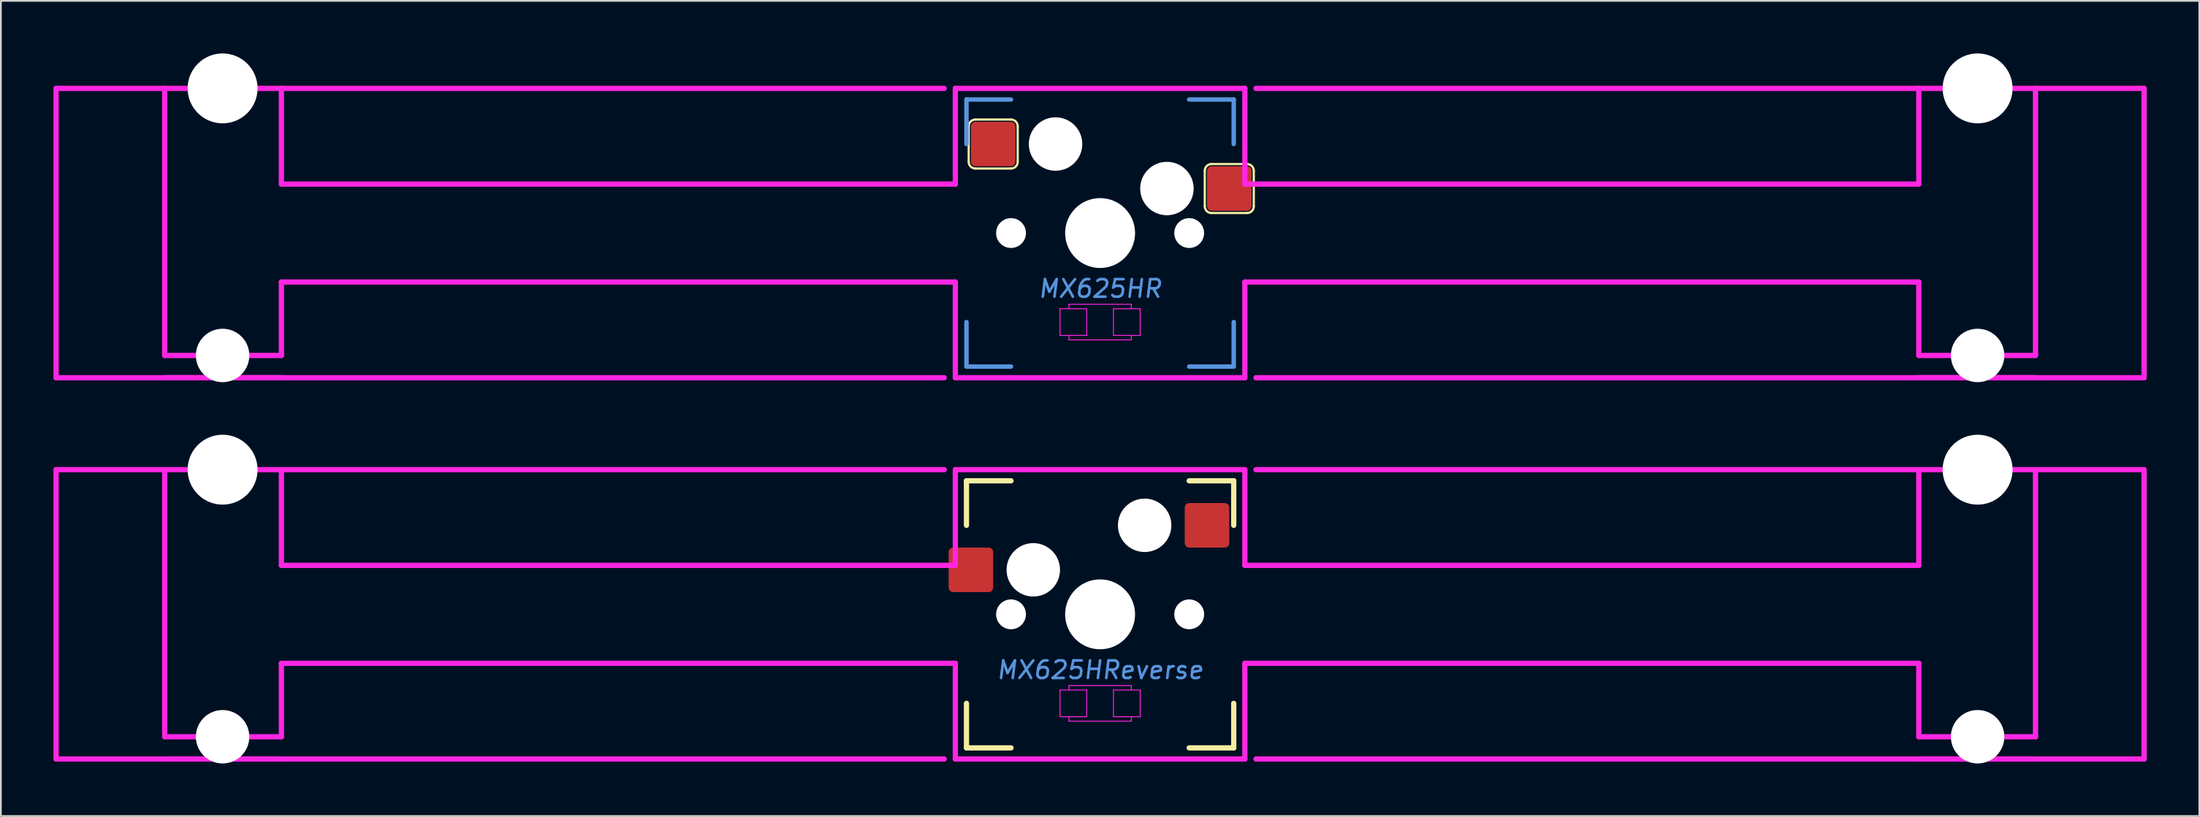
<source format=kicad_pcb>
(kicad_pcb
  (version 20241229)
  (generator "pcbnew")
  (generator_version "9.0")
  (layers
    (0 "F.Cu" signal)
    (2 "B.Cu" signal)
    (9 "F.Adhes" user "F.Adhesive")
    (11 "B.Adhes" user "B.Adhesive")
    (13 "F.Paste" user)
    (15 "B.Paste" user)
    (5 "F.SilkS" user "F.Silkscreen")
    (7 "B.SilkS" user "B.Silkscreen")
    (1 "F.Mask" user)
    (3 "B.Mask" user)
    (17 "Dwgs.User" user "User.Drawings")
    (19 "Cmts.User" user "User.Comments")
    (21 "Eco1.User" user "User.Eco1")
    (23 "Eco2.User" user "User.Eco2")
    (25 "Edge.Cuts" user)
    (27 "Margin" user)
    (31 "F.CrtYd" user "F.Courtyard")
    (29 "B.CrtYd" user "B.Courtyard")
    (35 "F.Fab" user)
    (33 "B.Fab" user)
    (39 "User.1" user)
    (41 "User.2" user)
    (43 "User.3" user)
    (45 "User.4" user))
  (footprint "MX625HR"
    (layer "F.Cu")
    (at 59.681 10.249)
    (property "Reference" "MX625HR" (at 0 3.175 0) (layer "Cmts.User") (effects (font (size 1 1) (thickness 0.15) (italic yes))))
    (attr through_hole)
    (fp_line (start -7.493 -6.096) (end -7.493 -4.064) (stroke (width 0.127) (type solid)) (layer "F.SilkS"))
    (fp_line (start -7.112 -3.683) (end -5.08 -3.683) (stroke (width 0.127) (type solid)) (layer "F.SilkS"))
    (fp_line (start -5.08 -6.477) (end -7.112 -6.477) (stroke (width 0.127) (type solid)) (layer "F.SilkS"))
    (fp_line (start -4.699 -4.064) (end -4.699 -6.096) (stroke (width 0.127) (type solid)) (layer "F.SilkS"))
    (fp_line (start 5.969 -3.556) (end 5.969 -1.524) (stroke (width 0.127) (type solid)) (layer "F.SilkS"))
    (fp_line (start 6.35 -1.143) (end 8.382 -1.143) (stroke (width 0.127) (type solid)) (layer "F.SilkS"))
    (fp_line (start 8.382 -3.937) (end 6.35 -3.937) (stroke (width 0.127) (type solid)) (layer "F.SilkS"))
    (fp_line (start 8.763 -1.524) (end 8.763 -3.556) (stroke (width 0.127) (type solid)) (layer "F.SilkS"))
    (fp_arc (start -7.493 -6.096) (mid -7.381408 -6.365408) (end -7.112 -6.477) (stroke (width 0.127) (type solid)) (layer "F.SilkS"))
    (fp_arc (start -7.112 -3.683) (mid -7.381408 -3.794592) (end -7.493 -4.064) (stroke (width 0.127) (type solid)) (layer "F.SilkS"))
    (fp_arc (start -5.08 -6.477) (mid -4.810592 -6.365408) (end -4.699 -6.096) (stroke (width 0.127) (type solid)) (layer "F.SilkS"))
    (fp_arc (start -4.699 -4.064) (mid -4.810592 -3.794592) (end -5.08 -3.683) (stroke (width 0.127) (type solid)) (layer "F.SilkS"))
    (fp_arc (start 5.969 -3.556) (mid 6.080592 -3.825408) (end 6.35 -3.937) (stroke (width 0.127) (type solid)) (layer "F.SilkS"))
    (fp_arc (start 6.35 -1.143) (mid 6.080592 -1.254592) (end 5.969 -1.524) (stroke (width 0.127) (type solid)) (layer "F.SilkS"))
    (fp_arc (start 8.382 -3.937) (mid 8.651408 -3.825408) (end 8.763 -3.556) (stroke (width 0.127) (type solid)) (layer "F.SilkS"))
    (fp_arc (start 8.763 -1.524) (mid 8.651408 -1.254592) (end 8.382 -1.143) (stroke (width 0.127) (type solid)) (layer "F.SilkS"))
    (fp_line (start -7.62 -7.62) (end -7.62 -5.08) (stroke (width 0.254) (type solid)) (layer "Cmts.User"))
    (fp_line (start -7.62 -7.62) (end -5.08 -7.62) (stroke (width 0.254) (type solid)) (layer "Cmts.User"))
    (fp_line (start -7.62 7.62) (end -7.62 5.08) (stroke (width 0.254) (type solid)) (layer "Cmts.User"))
    (fp_line (start -7.62 7.62) (end -5.08 7.62) (stroke (width 0.254) (type solid)) (layer "Cmts.User"))
    (fp_line (start 7.62 -7.62) (end 5.08 -7.62) (stroke (width 0.254) (type solid)) (layer "Cmts.User"))
    (fp_line (start 7.62 -7.62) (end 7.62 -5.08) (stroke (width 0.254) (type solid)) (layer "Cmts.User"))
    (fp_line (start 7.62 7.62) (end 5.08 7.62) (stroke (width 0.254) (type solid)) (layer "Cmts.User"))
    (fp_line (start 7.62 7.62) (end 7.62 5.08) (stroke (width 0.254) (type solid)) (layer "Cmts.User"))
    (fp_line (start -59.531 -8.255) (end -59.531 8.255) (stroke (width 0.3) (type solid)) (layer "F.CrtYd"))
    (fp_line (start -59.531 -8.255) (end -8.89 -8.255) (stroke (width 0.3) (type solid)) (layer "F.CrtYd"))
    (fp_line (start -59.531 8.255) (end -8.89 8.255) (stroke (width 0.3) (type solid)) (layer "F.CrtYd"))
    (fp_line (start -53.34 -8.255) (end -53.34 6.985) (stroke (width 0.3) (type solid)) (layer "F.CrtYd"))
    (fp_line (start -53.34 6.985) (end -46.685 6.985) (stroke (width 0.3) (type solid)) (layer "F.CrtYd"))
    (fp_line (start -53.34 8.255) (end -46.685 8.255) (stroke (width 0.3) (type solid)) (layer "F.CrtYd"))
    (fp_line (start -46.685 -8.255) (end -46.685 -2.794) (stroke (width 0.3) (type solid)) (layer "F.CrtYd"))
    (fp_line (start -46.685 -2.794) (end -8.255 -2.794) (stroke (width 0.3) (type solid)) (layer "F.CrtYd"))
    (fp_line (start -46.685 2.794) (end -46.685 6.985) (stroke (width 0.3) (type solid)) (layer "F.CrtYd"))
    (fp_line (start -46.685 2.794) (end -8.255 2.794) (stroke (width 0.3) (type solid)) (layer "F.CrtYd"))
    (fp_line (start -8.255 -8.255) (end -8.255 -2.794) (stroke (width 0.3) (type solid)) (layer "F.CrtYd"))
    (fp_line (start -8.255 2.794) (end -8.255 8.255) (stroke (width 0.3) (type solid)) (layer "F.CrtYd"))
    (fp_line (start -8.255 8.255) (end 8.255 8.255) (stroke (width 0.3) (type solid)) (layer "F.CrtYd"))
    (fp_line (start -2.286 4.318) (end -2.286 5.842) (stroke (width 0.051) (type solid)) (layer "F.CrtYd"))
    (fp_line (start -2.286 5.842) (end -0.762 5.842) (stroke (width 0.051) (type solid)) (layer "F.CrtYd"))
    (fp_line (start -1.778 4.064) (end 1.778 4.064) (stroke (width 0.051) (type solid)) (layer "F.CrtYd"))
    (fp_line (start -1.778 4.318) (end -1.778 4.064) (stroke (width 0.051) (type solid)) (layer "F.CrtYd"))
    (fp_line (start -1.778 6.096) (end -1.778 5.842) (stroke (width 0.051) (type solid)) (layer "F.CrtYd"))
    (fp_line (start -0.762 4.318) (end -2.286 4.318) (stroke (width 0.051) (type solid)) (layer "F.CrtYd"))
    (fp_line (start -0.762 5.842) (end -0.762 4.318) (stroke (width 0.051) (type solid)) (layer "F.CrtYd"))
    (fp_line (start 0.762 4.318) (end 0.762 5.842) (stroke (width 0.051) (type solid)) (layer "F.CrtYd"))
    (fp_line (start 0.762 5.842) (end 2.286 5.842) (stroke (width 0.051) (type solid)) (layer "F.CrtYd"))
    (fp_line (start 1.778 4.064) (end 1.778 4.318) (stroke (width 0.051) (type solid)) (layer "F.CrtYd"))
    (fp_line (start 1.778 5.842) (end 1.778 6.096) (stroke (width 0.051) (type solid)) (layer "F.CrtYd"))
    (fp_line (start 1.778 6.096) (end -1.778 6.096) (stroke (width 0.051) (type solid)) (layer "F.CrtYd"))
    (fp_line (start 2.286 4.318) (end 0.762 4.318) (stroke (width 0.051) (type solid)) (layer "F.CrtYd"))
    (fp_line (start 2.286 5.842) (end 2.286 4.318) (stroke (width 0.051) (type solid)) (layer "F.CrtYd"))
    (fp_line (start 8.255 -8.255) (end -8.255 -8.255) (stroke (width 0.3) (type solid)) (layer "F.CrtYd"))
    (fp_line (start 8.255 -8.255) (end 8.255 -2.794) (stroke (width 0.3) (type solid)) (layer "F.CrtYd"))
    (fp_line (start 8.255 -2.794) (end 46.685 -2.794) (stroke (width 0.3) (type solid)) (layer "F.CrtYd"))
    (fp_line (start 8.255 2.794) (end 8.255 8.255) (stroke (width 0.3) (type solid)) (layer "F.CrtYd"))
    (fp_line (start 8.255 2.794) (end 46.685 2.794) (stroke (width 0.3) (type solid)) (layer "F.CrtYd"))
    (fp_line (start 46.685 -8.255) (end 46.685 -2.794) (stroke (width 0.3) (type solid)) (layer "F.CrtYd"))
    (fp_line (start 46.685 2.794) (end 46.685 6.985) (stroke (width 0.3) (type solid)) (layer "F.CrtYd"))
    (fp_line (start 46.685 6.985) (end 53.34 6.985) (stroke (width 0.3) (type solid)) (layer "F.CrtYd"))
    (fp_line (start 46.685 8.255) (end 53.34 8.255) (stroke (width 0.3) (type solid)) (layer "F.CrtYd"))
    (fp_line (start 53.34 -8.255) (end 53.34 6.985) (stroke (width 0.3) (type solid)) (layer "F.CrtYd"))
    (fp_line (start 59.531 -8.255) (end 8.89 -8.255) (stroke (width 0.3) (type solid)) (layer "F.CrtYd"))
    (fp_line (start 59.531 -8.255) (end 59.531 8.255) (stroke (width 0.3) (type solid)) (layer "F.CrtYd"))
    (fp_line (start 59.531 8.255) (end 8.89 8.255) (stroke (width 0.3) (type solid)) (layer "F.CrtYd"))
    (pad "" np_thru_hole circle (at -50.038 -8.255) (size 3.988 3.988) (drill 3.988) (layers "*.Cu" "*.Mask"))
    (pad "" np_thru_hole circle (at -50.038 6.985) (size 3.048 3.048) (drill 3.048) (layers "*.Cu" "*.Mask"))
    (pad "" np_thru_hole circle (at -5.08 0) (size 1.702 1.702) (drill 1.702) (layers "*.Cu" "*.Mask"))
    (pad "" np_thru_hole circle (at -2.54 -5.08) (size 3.048 3.048) (drill 3.048) (layers "*.Cu" "*.Mask"))
    (pad "" np_thru_hole circle (at 0 0) (size 3.988 3.988) (drill 3.988) (layers "*.Cu" "*.Mask"))
    (pad "" np_thru_hole circle (at 3.81 -2.54) (size 3.048 3.048) (drill 3.048) (layers "*.Cu" "*.Mask"))
    (pad "" np_thru_hole circle (at 5.08 0) (size 1.702 1.702) (drill 1.702) (layers "*.Cu" "*.Mask"))
    (pad "" np_thru_hole circle (at 50.038 -8.255) (size 3.988 3.988) (drill 3.988) (layers "*.Cu" "*.Mask"))
    (pad "" np_thru_hole circle (at 50.038 6.985) (size 3.048 3.048) (drill 3.048) (layers "*.Cu" "*.Mask"))
    (pad "1" smd roundrect (at -6.096 -5.08) (size 2.54 2.54) (layers "F.Cu" "F.Mask" "F.Paste") (roundrect_rratio 0.1))
    (pad "2" smd roundrect (at 7.366 -2.54) (size 2.54 2.54) (layers "F.Cu" "F.Mask" "F.Paste") (roundrect_rratio 0.1)))
  (footprint "MX625HReverse"
    (layer "F.Cu")
    (at 59.681 32.007)
    (property "Reference" "MX625HReverse" (at 0 3.175 0) (layer "Cmts.User") (effects (font (size 1 1) (thickness 0.15) (italic yes))))
    (attr through_hole)
    (fp_line (start -7.62 -7.62) (end -7.62 -5.08) (stroke (width 0.3) (type solid)) (layer "F.SilkS"))
    (fp_line (start -7.62 -7.62) (end -5.08 -7.62) (stroke (width 0.3) (type solid)) (layer "F.SilkS"))
    (fp_line (start -7.62 7.62) (end -7.62 5.08) (stroke (width 0.3) (type solid)) (layer "F.SilkS"))
    (fp_line (start -7.62 7.62) (end -5.08 7.62) (stroke (width 0.3) (type solid)) (layer "F.SilkS"))
    (fp_line (start 7.62 -7.62) (end 5.08 -7.62) (stroke (width 0.3) (type solid)) (layer "F.SilkS"))
    (fp_line (start 7.62 -7.62) (end 7.62 -5.08) (stroke (width 0.3) (type solid)) (layer "F.SilkS"))
    (fp_line (start 7.62 7.62) (end 5.08 7.62) (stroke (width 0.3) (type solid)) (layer "F.SilkS"))
    (fp_line (start 7.62 7.62) (end 7.62 5.08) (stroke (width 0.3) (type solid)) (layer "F.SilkS"))
    (fp_line (start -59.531 -8.255) (end -59.531 8.255) (stroke (width 0.3) (type solid)) (layer "F.CrtYd"))
    (fp_line (start -59.531 -8.255) (end -8.89 -8.255) (stroke (width 0.3) (type solid)) (layer "F.CrtYd"))
    (fp_line (start -59.531 8.255) (end -8.89 8.255) (stroke (width 0.3) (type solid)) (layer "F.CrtYd"))
    (fp_line (start -53.34 -8.255) (end -53.34 6.985) (stroke (width 0.3) (type solid)) (layer "F.CrtYd"))
    (fp_line (start -53.34 6.985) (end -46.685 6.985) (stroke (width 0.3) (type solid)) (layer "F.CrtYd"))
    (fp_line (start -53.34 8.255) (end -46.685 8.255) (stroke (width 0.3) (type solid)) (layer "F.CrtYd"))
    (fp_line (start -46.685 -8.255) (end -46.685 -2.794) (stroke (width 0.3) (type solid)) (layer "F.CrtYd"))
    (fp_line (start -46.685 -2.794) (end -8.255 -2.794) (stroke (width 0.3) (type solid)) (layer "F.CrtYd"))
    (fp_line (start -46.685 2.794) (end -46.685 6.985) (stroke (width 0.3) (type solid)) (layer "F.CrtYd"))
    (fp_line (start -46.685 2.794) (end -8.255 2.794) (stroke (width 0.3) (type solid)) (layer "F.CrtYd"))
    (fp_line (start -8.255 -8.255) (end -8.255 -2.794) (stroke (width 0.3) (type solid)) (layer "F.CrtYd"))
    (fp_line (start -8.255 2.794) (end -8.255 8.255) (stroke (width 0.3) (type solid)) (layer "F.CrtYd"))
    (fp_line (start -8.255 8.255) (end 8.255 8.255) (stroke (width 0.3) (type solid)) (layer "F.CrtYd"))
    (fp_line (start -2.286 4.318) (end -2.286 5.842) (stroke (width 0.051) (type solid)) (layer "F.CrtYd"))
    (fp_line (start -2.286 5.842) (end -0.762 5.842) (stroke (width 0.051) (type solid)) (layer "F.CrtYd"))
    (fp_line (start -1.778 4.064) (end 1.778 4.064) (stroke (width 0.051) (type solid)) (layer "F.CrtYd"))
    (fp_line (start -1.778 4.318) (end -1.778 4.064) (stroke (width 0.051) (type solid)) (layer "F.CrtYd"))
    (fp_line (start -1.778 6.096) (end -1.778 5.842) (stroke (width 0.051) (type solid)) (layer "F.CrtYd"))
    (fp_line (start -0.762 4.318) (end -2.286 4.318) (stroke (width 0.051) (type solid)) (layer "F.CrtYd"))
    (fp_line (start -0.762 5.842) (end -0.762 4.318) (stroke (width 0.051) (type solid)) (layer "F.CrtYd"))
    (fp_line (start 0.762 4.318) (end 0.762 5.842) (stroke (width 0.051) (type solid)) (layer "F.CrtYd"))
    (fp_line (start 0.762 5.842) (end 2.286 5.842) (stroke (width 0.051) (type solid)) (layer "F.CrtYd"))
    (fp_line (start 1.778 4.064) (end 1.778 4.318) (stroke (width 0.051) (type solid)) (layer "F.CrtYd"))
    (fp_line (start 1.778 5.842) (end 1.778 6.096) (stroke (width 0.051) (type solid)) (layer "F.CrtYd"))
    (fp_line (start 1.778 6.096) (end -1.778 6.096) (stroke (width 0.051) (type solid)) (layer "F.CrtYd"))
    (fp_line (start 2.286 4.318) (end 0.762 4.318) (stroke (width 0.051) (type solid)) (layer "F.CrtYd"))
    (fp_line (start 2.286 5.842) (end 2.286 4.318) (stroke (width 0.051) (type solid)) (layer "F.CrtYd"))
    (fp_line (start 8.255 -8.255) (end -8.255 -8.255) (stroke (width 0.3) (type solid)) (layer "F.CrtYd"))
    (fp_line (start 8.255 -8.255) (end 8.255 -2.794) (stroke (width 0.3) (type solid)) (layer "F.CrtYd"))
    (fp_line (start 8.255 -2.794) (end 46.685 -2.794) (stroke (width 0.3) (type solid)) (layer "F.CrtYd"))
    (fp_line (start 8.255 2.794) (end 8.255 8.255) (stroke (width 0.3) (type solid)) (layer "F.CrtYd"))
    (fp_line (start 8.255 2.794) (end 46.685 2.794) (stroke (width 0.3) (type solid)) (layer "F.CrtYd"))
    (fp_line (start 46.685 -8.255) (end 46.685 -2.794) (stroke (width 0.3) (type solid)) (layer "F.CrtYd"))
    (fp_line (start 46.685 2.794) (end 46.685 6.985) (stroke (width 0.3) (type solid)) (layer "F.CrtYd"))
    (fp_line (start 46.685 6.985) (end 53.34 6.985) (stroke (width 0.3) (type solid)) (layer "F.CrtYd"))
    (fp_line (start 46.685 8.255) (end 53.34 8.255) (stroke (width 0.3) (type solid)) (layer "F.CrtYd"))
    (fp_line (start 53.34 -8.255) (end 53.34 6.985) (stroke (width 0.3) (type solid)) (layer "F.CrtYd"))
    (fp_line (start 59.531 -8.255) (end 8.89 -8.255) (stroke (width 0.3) (type solid)) (layer "F.CrtYd"))
    (fp_line (start 59.531 -8.255) (end 59.531 8.255) (stroke (width 0.3) (type solid)) (layer "F.CrtYd"))
    (fp_line (start 59.531 8.255) (end 8.89 8.255) (stroke (width 0.3) (type solid)) (layer "F.CrtYd"))
    (pad "" np_thru_hole circle (at -50.038 -8.255) (size 3.988 3.988) (drill 3.988) (layers "*.Cu" "*.Mask"))
    (pad "" np_thru_hole circle (at -50.038 6.985) (size 3.048 3.048) (drill 3.048) (layers "*.Cu" "*.Mask"))
    (pad "" np_thru_hole circle (at -5.08 0) (size 1.702 1.702) (drill 1.702) (layers "*.Cu" "*.Mask"))
    (pad "" np_thru_hole circle (at -3.81 -2.54) (size 3.048 3.048) (drill 3.048) (layers "*.Cu" "*.Mask"))
    (pad "" np_thru_hole circle (at 0 0) (size 3.988 3.988) (drill 3.988) (layers "*.Cu" "*.Mask"))
    (pad "" np_thru_hole circle (at 2.54 -5.08) (size 3.048 3.048) (drill 3.048) (layers "*.Cu" "*.Mask"))
    (pad "" np_thru_hole circle (at 5.08 0) (size 1.702 1.702) (drill 1.702) (layers "*.Cu" "*.Mask"))
    (pad "" np_thru_hole circle (at 50.038 -8.255) (size 3.988 3.988) (drill 3.988) (layers "*.Cu" "*.Mask"))
    (pad "" np_thru_hole circle (at 50.038 6.985) (size 3.048 3.048) (drill 3.048) (layers "*.Cu" "*.Mask"))
    (pad "1" smd roundrect (at -7.366 -2.54) (size 2.54 2.54) (layers "F.Cu" "F.Mask" "F.Paste") (roundrect_rratio 0.1))
    (pad "2" smd roundrect (at 6.096 -5.08) (size 2.54 2.54) (layers "F.Cu" "F.Mask" "F.Paste") (roundrect_rratio 0.1)))
  (gr_rect
    (start -3 -3)
    (end 122.362 43.516)
    (stroke (width 0.1) (type default))
    (fill no)
    (layer "Edge.Cuts")))
</source>
